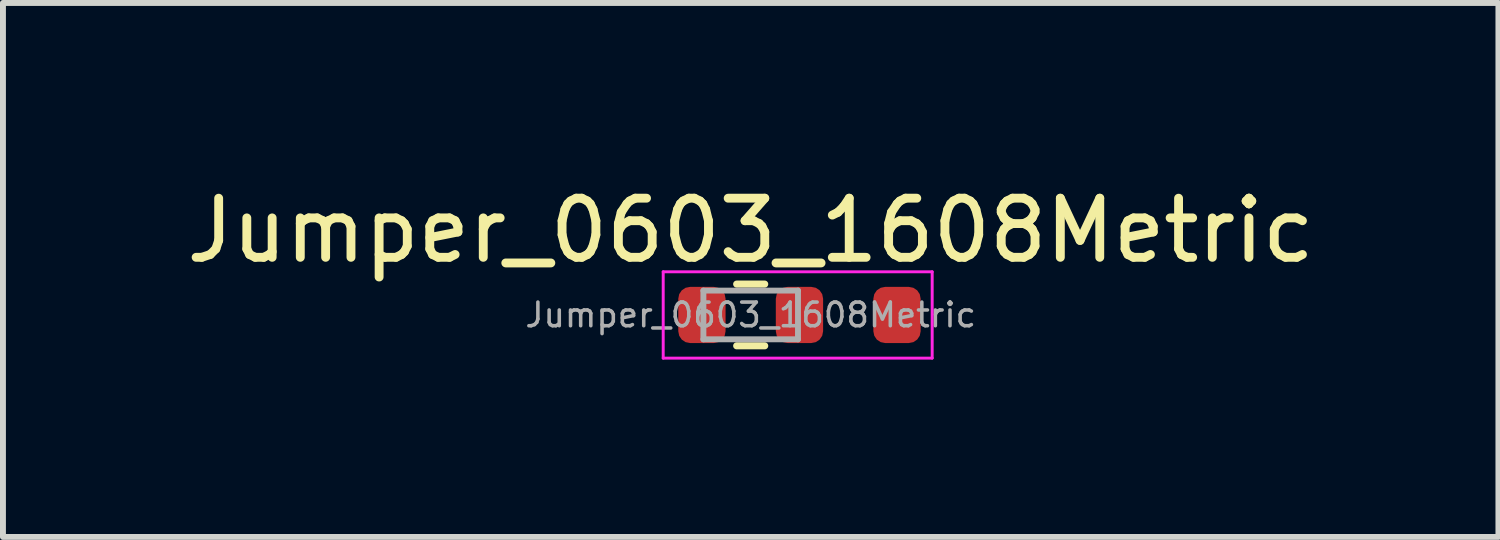
<source format=kicad_pcb>
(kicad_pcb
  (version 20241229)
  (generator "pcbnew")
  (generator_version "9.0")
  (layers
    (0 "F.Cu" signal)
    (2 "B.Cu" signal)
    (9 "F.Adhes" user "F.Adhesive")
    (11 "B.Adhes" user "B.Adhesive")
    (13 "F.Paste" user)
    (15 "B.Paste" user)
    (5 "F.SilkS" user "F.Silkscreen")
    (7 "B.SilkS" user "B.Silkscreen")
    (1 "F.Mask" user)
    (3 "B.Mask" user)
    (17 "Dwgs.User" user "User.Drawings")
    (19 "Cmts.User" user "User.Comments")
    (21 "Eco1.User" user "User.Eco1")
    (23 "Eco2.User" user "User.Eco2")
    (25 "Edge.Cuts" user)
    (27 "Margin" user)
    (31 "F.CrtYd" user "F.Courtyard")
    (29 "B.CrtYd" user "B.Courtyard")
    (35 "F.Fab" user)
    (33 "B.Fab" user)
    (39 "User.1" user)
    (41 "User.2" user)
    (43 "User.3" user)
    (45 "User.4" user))
  (footprint "Jumper_0603_1608Metric"
    (layer "F.Cu")
    (at 9.649 2.278)
    (property "Reference" "Jumper_0603_1608Metric" (at 0 -1.43 0) (layer "F.SilkS") (effects (font (size 1 1) (thickness 0.15))))
    (attr smd)
    (fp_line (start -0.237 -0.522) (end 0.237 -0.522) (stroke (width 0.12) (type solid)) (layer "F.SilkS"))
    (fp_line (start -0.237 0.522) (end 0.237 0.522) (stroke (width 0.12) (type solid)) (layer "F.SilkS"))
    (fp_line (start -1.48 -0.73) (end 3.07 -0.73) (stroke (width 0.05) (type solid)) (layer "F.CrtYd"))
    (fp_line (start -1.48 0.73) (end -1.48 -0.73) (stroke (width 0.05) (type solid)) (layer "F.CrtYd"))
    (fp_line (start 3.07 -0.73) (end 3.07 0.73) (stroke (width 0.05) (type solid)) (layer "F.CrtYd"))
    (fp_line (start 3.07 0.73) (end -1.48 0.73) (stroke (width 0.05) (type solid)) (layer "F.CrtYd"))
    (fp_line (start -0.8 -0.412) (end 0.8 -0.412) (stroke (width 0.1) (type solid)) (layer "F.Fab"))
    (fp_line (start -0.8 0.412) (end -0.8 -0.412) (stroke (width 0.1) (type solid)) (layer "F.Fab"))
    (fp_line (start 0.8 -0.412) (end 0.8 0.412) (stroke (width 0.1) (type solid)) (layer "F.Fab"))
    (fp_line (start 0.8 0.412) (end -0.8 0.412) (stroke (width 0.1) (type solid)) (layer "F.Fab"))
    (fp_text user "${REFERENCE}" (at 0 0 0) (layer "F.Fab") (effects (font (size 0.4 0.4) (thickness 0.06))))
    (pad "1" smd roundrect (at -0.825 0) (size 0.8 0.95) (layers "F.Cu" "F.Mask" "F.Paste") (roundrect_rratio 0.25))
    (pad "2" smd roundrect (at 0.825 0) (size 0.8 0.95) (layers "F.Cu" "F.Mask" "F.Paste") (roundrect_rratio 0.25))
    (pad "3" smd roundrect (at 2.475 0) (size 0.8 0.95) (layers "F.Cu" "F.Mask" "F.Paste") (roundrect_rratio 0.25)))
  (gr_rect
    (start -3 -3)
    (end 22.298 6.033)
    (stroke (width 0.1) (type default))
    (fill no)
    (layer "Edge.Cuts")))
</source>
